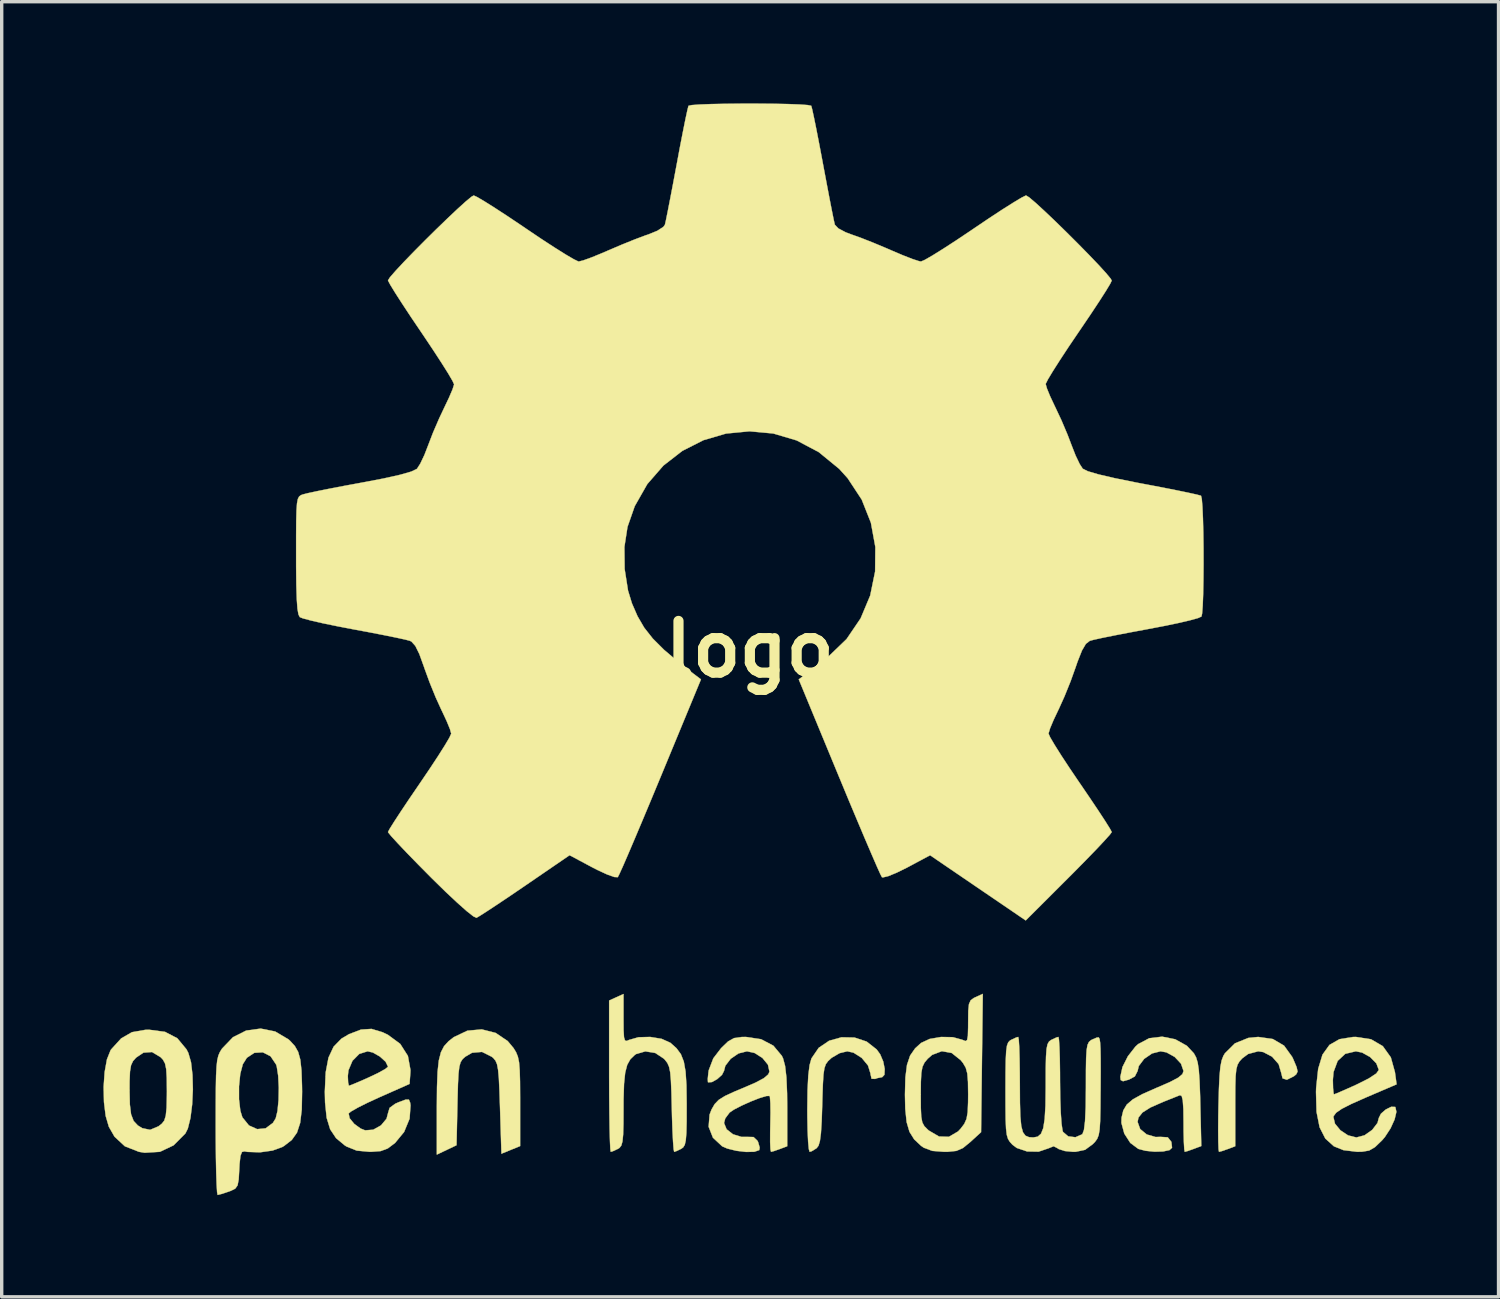
<source format=kicad_pcb>
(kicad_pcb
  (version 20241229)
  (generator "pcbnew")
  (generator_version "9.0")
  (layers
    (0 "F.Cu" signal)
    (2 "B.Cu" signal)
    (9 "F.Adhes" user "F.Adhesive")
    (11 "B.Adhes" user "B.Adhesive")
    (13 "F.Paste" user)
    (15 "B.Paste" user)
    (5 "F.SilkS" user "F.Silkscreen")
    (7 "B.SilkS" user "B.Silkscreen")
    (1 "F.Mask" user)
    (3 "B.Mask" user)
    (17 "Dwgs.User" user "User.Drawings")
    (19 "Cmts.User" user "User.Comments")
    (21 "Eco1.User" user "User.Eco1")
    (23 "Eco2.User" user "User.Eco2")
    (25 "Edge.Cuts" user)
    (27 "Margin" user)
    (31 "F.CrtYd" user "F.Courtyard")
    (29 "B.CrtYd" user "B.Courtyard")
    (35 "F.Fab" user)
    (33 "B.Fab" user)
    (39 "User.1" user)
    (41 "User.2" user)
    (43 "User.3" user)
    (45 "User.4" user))
  (footprint "logo"
    (layer "F.Cu")
    (at 19.057 16.09)
    (property "Reference" "logo" (at 0 0 0) (layer "F.SilkS") (effects (font (size 1.524 1.524) (thickness 0.3))))
    (attr through_hole)
    (fp_poly (pts (xy 15.418 11.492) (xy 15.748 11.686) (xy 15.989 12.02) (xy 16.02 12.086) (xy 16.118 12.319) (xy 16.147 12.45) (xy 16.108 12.531) (xy 16.039 12.588) (xy 15.832 12.692) (xy 15.704 12.651) (xy 15.663 12.484) (xy 15.588 12.231) (xy 15.395 12.012) (xy 15.136 11.876) (xy 14.986 11.853) (xy 14.689 11.932) (xy 14.516 12.061) (xy 14.434 12.151) (xy 14.377 12.248) (xy 14.341 12.382) (xy 14.32 12.586) (xy 14.311 12.889) (xy 14.309 13.323) (xy 14.309 13.46) (xy 14.309 14.652) (xy 14.091 14.734) (xy 13.917 14.795) (xy 13.83 14.817) (xy 13.817 14.737) (xy 13.809 14.516) (xy 13.806 14.183) (xy 13.809 13.767) (xy 13.814 13.483) (xy 13.828 12.961) (xy 13.846 12.58) (xy 13.871 12.31) (xy 13.908 12.122) (xy 13.959 11.988) (xy 14.004 11.913) (xy 14.3 11.619) (xy 14.694 11.459) (xy 14.986 11.43) (xy 15.418 11.492)) (stroke (width 0.01) (type solid)) (fill yes) (layer "F.SilkS"))
    (fp_poly (pts (xy -7.495 11.311) (xy -7.139 11.552) (xy -6.966 11.76) (xy -6.892 11.882) (xy -6.84 12.01) (xy -6.805 12.176) (xy -6.786 12.41) (xy -6.776 12.744) (xy -6.773 13.209) (xy -6.773 13.347) (xy -6.773 14.647) (xy -7.048 14.759) (xy -7.324 14.872) (xy -7.366 13.524) (xy -7.383 13.017) (xy -7.4 12.652) (xy -7.423 12.4) (xy -7.454 12.235) (xy -7.499 12.13) (xy -7.561 12.055) (xy -7.608 12.015) (xy -7.897 11.871) (xy -8.191 11.896) (xy -8.394 12.015) (xy -8.472 12.087) (xy -8.528 12.174) (xy -8.565 12.306) (xy -8.59 12.512) (xy -8.606 12.821) (xy -8.618 13.263) (xy -8.621 13.399) (xy -8.648 14.622) (xy -9.229 14.899) (xy -9.229 13.499) (xy -9.224 12.908) (xy -9.207 12.459) (xy -9.171 12.127) (xy -9.109 11.883) (xy -9.015 11.701) (xy -8.881 11.555) (xy -8.729 11.436) (xy -8.329 11.246) (xy -7.905 11.207) (xy -7.495 11.311)) (stroke (width 0.01) (type solid)) (fill yes) (layer "F.SilkS"))
    (fp_poly (pts (xy 3.084 11.448) (xy 3.443 11.567) (xy 3.739 11.8) (xy 3.841 11.941) (xy 3.931 12.153) (xy 3.975 12.373) (xy 3.967 12.545) (xy 3.902 12.615) (xy 3.902 12.615) (xy 3.76 12.643) (xy 3.69 12.667) (xy 3.588 12.663) (xy 3.556 12.524) (xy 3.556 12.509) (xy 3.482 12.271) (xy 3.298 12.048) (xy 3.056 11.894) (xy 2.872 11.853) (xy 2.645 11.908) (xy 2.415 12.042) (xy 2.399 12.055) (xy 2.306 12.141) (xy 2.24 12.23) (xy 2.197 12.353) (xy 2.169 12.542) (xy 2.152 12.827) (xy 2.138 13.238) (xy 2.133 13.431) (xy 2.117 13.92) (xy 2.095 14.267) (xy 2.065 14.496) (xy 2.024 14.635) (xy 1.967 14.71) (xy 1.966 14.711) (xy 1.823 14.799) (xy 1.762 14.817) (xy 1.738 14.737) (xy 1.717 14.518) (xy 1.702 14.189) (xy 1.694 13.779) (xy 1.693 13.586) (xy 1.7 13.004) (xy 1.722 12.569) (xy 1.76 12.262) (xy 1.815 12.064) (xy 2.029 11.751) (xy 2.337 11.542) (xy 2.703 11.44) (xy 3.084 11.448)) (stroke (width 0.01) (type solid)) (fill yes) (layer "F.SilkS"))
    (fp_poly (pts (xy -17.242 11.28) (xy -16.88 11.469) (xy -16.611 11.793) (xy -16.555 11.901) (xy -16.476 12.173) (xy -16.432 12.549) (xy -16.421 12.98) (xy -16.442 13.419) (xy -16.492 13.819) (xy -16.57 14.132) (xy -16.642 14.276) (xy -16.991 14.626) (xy -17.392 14.816) (xy -17.842 14.844) (xy -18.011 14.816) (xy -18.425 14.654) (xy -18.731 14.37) (xy -18.898 14.078) (xy -18.992 13.757) (xy -19.042 13.348) (xy -19.05 12.995) (xy -18.288 12.995) (xy -18.279 13.419) (xy -18.243 13.711) (xy -18.168 13.906) (xy -18.043 14.04) (xy -17.912 14.12) (xy -17.681 14.168) (xy -17.434 14.064) (xy -17.335 13.986) (xy -17.265 13.897) (xy -17.22 13.753) (xy -17.196 13.519) (xy -17.188 13.162) (xy -17.187 13.029) (xy -17.191 12.639) (xy -17.207 12.379) (xy -17.242 12.212) (xy -17.303 12.1) (xy -17.373 12.026) (xy -17.625 11.875) (xy -17.878 11.893) (xy -18.092 12.037) (xy -18.186 12.142) (xy -18.244 12.266) (xy -18.275 12.451) (xy -18.287 12.739) (xy -18.288 12.995) (xy -19.05 12.995) (xy -19.052 12.901) (xy -19.022 12.465) (xy -18.954 12.09) (xy -18.848 11.824) (xy -18.83 11.797) (xy -18.535 11.473) (xy -18.217 11.29) (xy -17.825 11.221) (xy -17.71 11.218) (xy -17.242 11.28)) (stroke (width 0.01) (type solid)) (fill yes) (layer "F.SilkS"))
    (fp_poly (pts (xy -3.725 10.884) (xy -3.723 11.232) (xy -3.711 11.439) (xy -3.682 11.534) (xy -3.629 11.548) (xy -3.562 11.518) (xy -3.285 11.439) (xy -2.94 11.43) (xy -2.601 11.486) (xy -2.344 11.602) (xy -2.338 11.607) (xy -2.162 11.765) (xy -2.034 11.938) (xy -1.948 12.156) (xy -1.896 12.45) (xy -1.87 12.849) (xy -1.863 13.384) (xy -1.863 13.455) (xy -1.864 13.928) (xy -1.872 14.26) (xy -1.89 14.479) (xy -1.92 14.612) (xy -1.967 14.687) (xy -2.026 14.729) (xy -2.174 14.799) (xy -2.232 14.817) (xy -2.248 14.737) (xy -2.265 14.517) (xy -2.282 14.187) (xy -2.296 13.775) (xy -2.301 13.553) (xy -2.313 13.063) (xy -2.328 12.712) (xy -2.349 12.471) (xy -2.383 12.309) (xy -2.433 12.196) (xy -2.505 12.103) (xy -2.534 12.072) (xy -2.787 11.904) (xy -3.081 11.855) (xy -3.352 11.933) (xy -3.394 11.962) (xy -3.524 12.088) (xy -3.616 12.252) (xy -3.676 12.483) (xy -3.71 12.811) (xy -3.724 13.265) (xy -3.725 13.538) (xy -3.727 13.993) (xy -3.736 14.307) (xy -3.756 14.51) (xy -3.79 14.631) (xy -3.843 14.7) (xy -3.889 14.729) (xy -4.04 14.799) (xy -4.101 14.817) (xy -4.114 14.736) (xy -4.125 14.507) (xy -4.135 14.154) (xy -4.142 13.698) (xy -4.147 13.16) (xy -4.149 12.587) (xy -4.149 10.357) (xy -3.937 10.26) (xy -3.725 10.164) (xy -3.725 10.884)) (stroke (width 0.01) (type solid)) (fill yes) (layer "F.SilkS"))
    (fp_poly (pts (xy 6.841 12.199) (xy 6.816 14.237) (xy 6.499 14.527) (xy 6.284 14.703) (xy 6.089 14.789) (xy 5.833 14.816) (xy 5.728 14.817) (xy 5.377 14.789) (xy 5.127 14.695) (xy 5.047 14.64) (xy 4.843 14.448) (xy 4.705 14.226) (xy 4.621 13.939) (xy 4.581 13.551) (xy 4.572 13.137) (xy 5.038 13.137) (xy 5.04 13.525) (xy 5.052 13.782) (xy 5.083 13.947) (xy 5.142 14.059) (xy 5.238 14.156) (xy 5.275 14.189) (xy 5.576 14.365) (xy 5.867 14.374) (xy 6.137 14.216) (xy 6.215 14.133) (xy 6.322 13.991) (xy 6.387 13.845) (xy 6.421 13.649) (xy 6.433 13.356) (xy 6.435 13.123) (xy 6.43 12.754) (xy 6.41 12.507) (xy 6.364 12.337) (xy 6.283 12.199) (xy 6.215 12.114) (xy 5.949 11.902) (xy 5.659 11.85) (xy 5.374 11.958) (xy 5.243 12.072) (xy 5.148 12.186) (xy 5.088 12.311) (xy 5.055 12.488) (xy 5.041 12.755) (xy 5.038 13.137) (xy 4.572 13.137) (xy 4.572 13.123) (xy 4.585 12.622) (xy 4.632 12.253) (xy 4.724 11.98) (xy 4.872 11.766) (xy 5.047 11.607) (xy 5.3 11.489) (xy 5.637 11.431) (xy 5.983 11.437) (xy 6.263 11.514) (xy 6.271 11.518) (xy 6.355 11.552) (xy 6.404 11.521) (xy 6.427 11.397) (xy 6.434 11.148) (xy 6.435 10.981) (xy 6.439 10.657) (xy 6.459 10.461) (xy 6.509 10.35) (xy 6.601 10.282) (xy 6.651 10.258) (xy 6.867 10.16) (xy 6.841 12.199)) (stroke (width 0.01) (type solid)) (fill yes) (layer "F.SilkS"))
    (fp_poly (pts (xy 18.313 11.499) (xy 18.659 11.701) (xy 18.896 12.032) (xy 19.017 12.467) (xy 19.066 12.827) (xy 18.148 13.22) (xy 17.729 13.406) (xy 17.448 13.55) (xy 17.283 13.664) (xy 17.21 13.763) (xy 17.203 13.791) (xy 17.249 13.987) (xy 17.409 14.182) (xy 17.635 14.332) (xy 17.877 14.393) (xy 17.881 14.393) (xy 18.12 14.33) (xy 18.346 14.171) (xy 18.503 13.966) (xy 18.542 13.818) (xy 18.604 13.694) (xy 18.746 13.57) (xy 18.907 13.49) (xy 19.024 13.493) (xy 19.029 13.497) (xy 19.06 13.637) (xy 19.007 13.862) (xy 18.887 14.126) (xy 18.72 14.381) (xy 18.636 14.479) (xy 18.429 14.678) (xy 18.256 14.779) (xy 18.045 14.814) (xy 17.899 14.816) (xy 17.499 14.767) (xy 17.218 14.654) (xy 16.965 14.426) (xy 16.796 14.093) (xy 16.706 13.64) (xy 16.69 13.05) (xy 16.694 12.936) (xy 16.719 12.696) (xy 17.187 12.696) (xy 17.193 12.939) (xy 17.208 13.094) (xy 17.219 13.123) (xy 17.305 13.091) (xy 17.507 13.004) (xy 17.788 12.879) (xy 17.896 12.829) (xy 18.245 12.654) (xy 18.466 12.508) (xy 18.542 12.402) (xy 18.469 12.209) (xy 18.286 12.023) (xy 18.05 11.891) (xy 17.865 11.853) (xy 17.553 11.927) (xy 17.329 12.135) (xy 17.207 12.463) (xy 17.187 12.696) (xy 16.719 12.696) (xy 16.754 12.371) (xy 16.881 11.952) (xy 17.087 11.665) (xy 17.382 11.496) (xy 17.777 11.432) (xy 17.865 11.43) (xy 18.313 11.499)) (stroke (width 0.01) (type solid)) (fill yes) (layer "F.SilkS"))
    (fp_poly (pts (xy -10.825 11.293) (xy -10.671 11.367) (xy -10.308 11.635) (xy -10.082 11.989) (xy -10.006 12.405) (xy -10.009 12.482) (xy -10.033 12.815) (xy -10.916 13.206) (xy -11.27 13.369) (xy -11.562 13.515) (xy -11.759 13.628) (xy -11.829 13.686) (xy -11.799 13.828) (xy -11.664 13.993) (xy -11.474 14.131) (xy -11.342 14.183) (xy -11.104 14.165) (xy -10.874 14.036) (xy -10.711 13.84) (xy -10.668 13.677) (xy -10.621 13.52) (xy -10.455 13.399) (xy -10.351 13.353) (xy -10.147 13.277) (xy -10.052 13.278) (xy -10.015 13.369) (xy -10.004 13.448) (xy -10.032 13.84) (xy -10.193 14.23) (xy -10.46 14.555) (xy -10.675 14.717) (xy -10.884 14.795) (xy -11.17 14.817) (xy -11.209 14.817) (xy -11.59 14.781) (xy -11.891 14.66) (xy -11.947 14.624) (xy -12.2 14.413) (xy -12.373 14.153) (xy -12.477 13.814) (xy -12.524 13.361) (xy -12.531 13.044) (xy -12.51 12.584) (xy -11.853 12.584) (xy -11.844 12.776) (xy -11.822 12.868) (xy -11.819 12.869) (xy -11.73 12.837) (xy -11.529 12.753) (xy -11.257 12.633) (xy -11.226 12.619) (xy -10.954 12.489) (xy -10.755 12.379) (xy -10.669 12.311) (xy -10.668 12.307) (xy -10.738 12.162) (xy -10.907 12.008) (xy -11.113 11.89) (xy -11.269 11.853) (xy -11.515 11.93) (xy -11.716 12.133) (xy -11.835 12.415) (xy -11.853 12.584) (xy -12.51 12.584) (xy -12.505 12.473) (xy -12.423 12.04) (xy -12.272 11.717) (xy -12.042 11.481) (xy -11.822 11.35) (xy -11.464 11.213) (xy -11.155 11.193) (xy -10.825 11.293)) (stroke (width 0.01) (type solid)) (fill yes) (layer "F.SilkS"))
    (fp_poly (pts (xy -13.996 11.269) (xy -13.605 11.5) (xy -13.559 11.541) (xy -13.416 11.696) (xy -13.317 11.871) (xy -13.254 12.1) (xy -13.219 12.418) (xy -13.204 12.859) (xy -13.201 13.045) (xy -13.211 13.572) (xy -13.258 13.964) (xy -13.352 14.252) (xy -13.505 14.467) (xy -13.729 14.641) (xy -13.781 14.673) (xy -14.071 14.779) (xy -14.441 14.831) (xy -14.808 14.819) (xy -14.901 14.803) (xy -14.973 14.821) (xy -15.018 14.935) (xy -15.045 15.176) (xy -15.053 15.33) (xy -15.07 15.63) (xy -15.103 15.805) (xy -15.172 15.902) (xy -15.298 15.965) (xy -15.355 15.986) (xy -15.557 16.054) (xy -15.684 16.086) (xy -15.691 16.087) (xy -15.707 16.006) (xy -15.721 15.779) (xy -15.733 15.429) (xy -15.742 14.98) (xy -15.747 14.454) (xy -15.748 14.067) (xy -15.747 13.43) (xy -15.744 12.939) (xy -15.743 12.885) (xy -15.061 12.885) (xy -15.061 13.269) (xy -15.022 13.604) (xy -14.962 13.799) (xy -14.768 14.039) (xy -14.526 14.148) (xy -14.276 14.124) (xy -14.062 13.965) (xy -13.979 13.83) (xy -13.926 13.613) (xy -13.895 13.291) (xy -13.888 12.924) (xy -13.906 12.574) (xy -13.948 12.303) (xy -13.966 12.245) (xy -14.131 11.999) (xy -14.36 11.883) (xy -14.608 11.898) (xy -14.829 12.044) (xy -14.949 12.235) (xy -15.024 12.519) (xy -15.061 12.885) (xy -15.743 12.885) (xy -15.737 12.571) (xy -15.723 12.304) (xy -15.702 12.115) (xy -15.67 11.981) (xy -15.626 11.878) (xy -15.569 11.785) (xy -15.557 11.769) (xy -15.239 11.438) (xy -14.849 11.242) (xy -14.422 11.184) (xy -13.996 11.269)) (stroke (width 0.01) (type solid)) (fill yes) (layer "F.SilkS"))
    (fp_poly (pts (xy 12.54 11.499) (xy 12.882 11.69) (xy 13.09 11.913) (xy 13.155 12.032) (xy 13.202 12.187) (xy 13.235 12.409) (xy 13.257 12.727) (xy 13.274 13.173) (xy 13.279 13.398) (xy 13.308 14.646) (xy 13.083 14.731) (xy 12.908 14.793) (xy 12.821 14.817) (xy 12.806 14.738) (xy 12.794 14.526) (xy 12.786 14.215) (xy 12.785 13.961) (xy 12.78 13.557) (xy 12.762 13.3) (xy 12.73 13.171) (xy 12.68 13.147) (xy 12.679 13.147) (xy 12.541 13.202) (xy 12.313 13.293) (xy 12.192 13.341) (xy 11.812 13.508) (xy 11.575 13.657) (xy 11.456 13.806) (xy 11.43 13.935) (xy 11.506 14.145) (xy 11.7 14.305) (xy 11.961 14.38) (xy 12.104 14.376) (xy 12.32 14.389) (xy 12.426 14.522) (xy 12.446 14.697) (xy 12.371 14.766) (xy 12.181 14.806) (xy 11.928 14.813) (xy 11.663 14.786) (xy 11.452 14.73) (xy 11.216 14.555) (xy 11.038 14.278) (xy 10.953 13.964) (xy 10.957 13.811) (xy 11.009 13.596) (xy 11.111 13.424) (xy 11.291 13.27) (xy 11.575 13.113) (xy 11.991 12.929) (xy 12.026 12.915) (xy 12.396 12.753) (xy 12.63 12.629) (xy 12.751 12.527) (xy 12.785 12.435) (xy 12.71 12.218) (xy 12.524 12.019) (xy 12.279 11.884) (xy 12.107 11.853) (xy 11.855 11.917) (xy 11.623 12.077) (xy 11.466 12.286) (xy 11.43 12.434) (xy 11.349 12.594) (xy 11.176 12.687) (xy 11.001 12.736) (xy 10.932 12.701) (xy 10.922 12.603) (xy 10.984 12.318) (xy 11.144 12) (xy 11.366 11.715) (xy 11.447 11.641) (xy 11.775 11.467) (xy 12.155 11.422) (xy 12.54 11.499)) (stroke (width 0.01) (type solid)) (fill yes) (layer "F.SilkS"))
    (fp_poly (pts (xy 0.33 11.497) (xy 0.692 11.687) (xy 0.941 11.985) (xy 0.979 12.064) (xy 1.038 12.284) (xy 1.077 12.621) (xy 1.097 13.094) (xy 1.101 13.504) (xy 1.101 14.652) (xy 0.883 14.734) (xy 0.709 14.795) (xy 0.623 14.817) (xy 0.606 14.738) (xy 0.597 14.527) (xy 0.598 14.221) (xy 0.602 14.015) (xy 0.608 13.663) (xy 0.604 13.38) (xy 0.591 13.205) (xy 0.581 13.168) (xy 0.482 13.172) (xy 0.28 13.234) (xy 0.022 13.335) (xy -0.244 13.455) (xy -0.472 13.573) (xy -0.598 13.659) (xy -0.726 13.831) (xy -0.762 13.967) (xy -0.686 14.152) (xy -0.497 14.3) (xy -0.247 14.377) (xy -0.091 14.376) (xy 0.109 14.381) (xy 0.224 14.491) (xy 0.242 14.527) (xy 0.289 14.69) (xy 0.277 14.766) (xy 0.132 14.815) (xy -0.113 14.82) (xy -0.399 14.786) (xy -0.666 14.72) (xy -0.817 14.654) (xy -1.089 14.4) (xy -1.216 14.078) (xy -1.188 13.72) (xy -1.129 13.567) (xy -1.038 13.41) (xy -0.919 13.286) (xy -0.735 13.171) (xy -0.45 13.039) (xy -0.212 12.94) (xy 0.17 12.775) (xy 0.413 12.645) (xy 0.541 12.535) (xy 0.577 12.455) (xy 0.533 12.249) (xy 0.371 12.05) (xy 0.142 11.904) (xy -0.085 11.853) (xy -0.335 11.916) (xy -0.566 12.074) (xy -0.724 12.28) (xy -0.762 12.429) (xy -0.822 12.547) (xy -0.961 12.672) (xy -1.117 12.76) (xy -1.23 12.768) (xy -1.236 12.762) (xy -1.242 12.669) (xy -1.222 12.472) (xy -1.212 12.411) (xy -1.078 12.06) (xy -0.847 11.759) (xy -0.642 11.562) (xy -0.466 11.464) (xy -0.246 11.432) (xy -0.119 11.43) (xy 0.33 11.497)) (stroke (width 0.01) (type solid)) (fill yes) (layer "F.SilkS"))
    (fp_poly (pts (xy 9.112 11.51) (xy 9.126 11.73) (xy 9.137 12.063) (xy 9.143 12.478) (xy 9.144 12.748) (xy 9.15 13.234) (xy 9.165 13.657) (xy 9.188 13.986) (xy 9.218 14.189) (xy 9.232 14.23) (xy 9.384 14.36) (xy 9.598 14.387) (xy 9.793 14.302) (xy 9.804 14.292) (xy 9.849 14.172) (xy 9.881 13.911) (xy 9.9 13.499) (xy 9.906 12.928) (xy 9.906 12.898) (xy 9.907 12.403) (xy 9.913 12.05) (xy 9.928 11.813) (xy 9.954 11.665) (xy 9.995 11.579) (xy 10.054 11.527) (xy 10.083 11.511) (xy 10.229 11.448) (xy 10.286 11.444) (xy 10.31 11.492) (xy 10.326 11.594) (xy 10.337 11.774) (xy 10.342 12.053) (xy 10.343 12.454) (xy 10.34 13) (xy 10.339 13.048) (xy 10.335 13.548) (xy 10.327 13.908) (xy 10.311 14.157) (xy 10.283 14.323) (xy 10.239 14.435) (xy 10.174 14.524) (xy 10.106 14.593) (xy 9.883 14.757) (xy 9.61 14.815) (xy 9.53 14.817) (xy 9.284 14.793) (xy 9.103 14.734) (xy 9.074 14.713) (xy 8.956 14.652) (xy 8.804 14.713) (xy 8.511 14.812) (xy 8.174 14.806) (xy 7.869 14.703) (xy 7.743 14.609) (xy 7.666 14.526) (xy 7.611 14.438) (xy 7.574 14.316) (xy 7.552 14.133) (xy 7.54 13.861) (xy 7.536 13.472) (xy 7.535 13.003) (xy 7.537 12.484) (xy 7.543 12.109) (xy 7.556 11.852) (xy 7.579 11.688) (xy 7.615 11.592) (xy 7.667 11.537) (xy 7.699 11.518) (xy 7.85 11.447) (xy 7.911 11.43) (xy 7.927 11.51) (xy 7.941 11.731) (xy 7.951 12.066) (xy 7.957 12.485) (xy 7.959 12.81) (xy 7.962 13.366) (xy 7.974 13.774) (xy 8.001 14.058) (xy 8.05 14.239) (xy 8.124 14.341) (xy 8.23 14.385) (xy 8.354 14.393) (xy 8.485 14.37) (xy 8.582 14.285) (xy 8.649 14.119) (xy 8.691 13.849) (xy 8.714 13.455) (xy 8.721 12.915) (xy 8.721 12.836) (xy 8.722 12.352) (xy 8.73 12.011) (xy 8.746 11.785) (xy 8.775 11.645) (xy 8.819 11.566) (xy 8.883 11.518) (xy 8.884 11.518) (xy 9.035 11.447) (xy 9.096 11.43) (xy 9.112 11.51)) (stroke (width 0.01) (type solid)) (fill yes) (layer "F.SilkS"))
    (fp_poly (pts (xy 0.691 -16.081) (xy 1.114 -16.073) (xy 1.461 -16.06) (xy 1.703 -16.043) (xy 1.807 -16.022) (xy 1.809 -16.021) (xy 1.836 -15.921) (xy 1.888 -15.681) (xy 1.96 -15.327) (xy 2.046 -14.885) (xy 2.141 -14.383) (xy 2.155 -14.306) (xy 2.252 -13.791) (xy 2.34 -13.327) (xy 2.415 -12.942) (xy 2.471 -12.664) (xy 2.503 -12.522) (xy 2.505 -12.515) (xy 2.607 -12.407) (xy 2.826 -12.291) (xy 2.988 -12.23) (xy 3.271 -12.129) (xy 3.641 -11.983) (xy 4.035 -11.818) (xy 4.17 -11.759) (xy 4.506 -11.616) (xy 4.793 -11.504) (xy 4.99 -11.44) (xy 5.045 -11.43) (xy 5.152 -11.476) (xy 5.376 -11.604) (xy 5.692 -11.801) (xy 6.078 -12.051) (xy 6.51 -12.34) (xy 6.604 -12.404) (xy 7.041 -12.699) (xy 7.435 -12.958) (xy 7.764 -13.166) (xy 8.004 -13.31) (xy 8.133 -13.375) (xy 8.143 -13.377) (xy 8.236 -13.32) (xy 8.423 -13.161) (xy 8.681 -12.924) (xy 8.99 -12.631) (xy 9.325 -12.304) (xy 9.666 -11.964) (xy 9.989 -11.635) (xy 10.273 -11.338) (xy 10.495 -11.095) (xy 10.633 -10.929) (xy 10.668 -10.868) (xy 10.622 -10.772) (xy 10.494 -10.56) (xy 10.298 -10.254) (xy 10.048 -9.876) (xy 9.759 -9.449) (xy 9.694 -9.354) (xy 9.399 -8.918) (xy 9.14 -8.524) (xy 8.931 -8.196) (xy 8.787 -7.956) (xy 8.723 -7.828) (xy 8.721 -7.817) (xy 8.757 -7.689) (xy 8.852 -7.457) (xy 8.987 -7.17) (xy 9.006 -7.131) (xy 9.186 -6.748) (xy 9.365 -6.325) (xy 9.485 -6.011) (xy 9.603 -5.71) (xy 9.723 -5.46) (xy 9.813 -5.322) (xy 9.96 -5.248) (xy 10.272 -5.156) (xy 10.747 -5.045) (xy 11.384 -4.916) (xy 11.585 -4.878) (xy 12.093 -4.782) (xy 12.545 -4.693) (xy 12.914 -4.617) (xy 13.173 -4.56) (xy 13.295 -4.527) (xy 13.3 -4.525) (xy 13.323 -4.43) (xy 13.342 -4.196) (xy 13.357 -3.855) (xy 13.368 -3.438) (xy 13.374 -2.974) (xy 13.375 -2.496) (xy 13.371 -2.033) (xy 13.363 -1.617) (xy 13.35 -1.279) (xy 13.332 -1.05) (xy 13.313 -0.964) (xy 13.213 -0.919) (xy 12.974 -0.853) (xy 12.623 -0.771) (xy 12.188 -0.681) (xy 11.726 -0.593) (xy 11.227 -0.5) (xy 10.776 -0.413) (xy 10.403 -0.338) (xy 10.14 -0.28) (xy 10.021 -0.248) (xy 9.906 -0.159) (xy 9.791 0.036) (xy 9.661 0.363) (xy 9.606 0.524) (xy 9.456 0.942) (xy 9.277 1.386) (xy 9.105 1.767) (xy 9.09 1.797) (xy 8.952 2.089) (xy 8.85 2.332) (xy 8.806 2.479) (xy 8.805 2.488) (xy 8.851 2.593) (xy 8.98 2.813) (xy 9.176 3.125) (xy 9.425 3.504) (xy 9.711 3.927) (xy 9.737 3.964) (xy 10.025 4.387) (xy 10.277 4.763) (xy 10.478 5.07) (xy 10.613 5.286) (xy 10.668 5.388) (xy 10.668 5.391) (xy 10.611 5.469) (xy 10.45 5.648) (xy 10.205 5.909) (xy 9.891 6.233) (xy 9.527 6.602) (xy 9.4 6.729) (xy 8.132 7.995) (xy 6.723 7.035) (xy 5.314 6.074) (xy 4.639 6.434) (xy 4.329 6.587) (xy 4.078 6.69) (xy 3.922 6.727) (xy 3.893 6.72) (xy 3.845 6.627) (xy 3.741 6.396) (xy 3.588 6.043) (xy 3.393 5.588) (xy 3.165 5.048) (xy 2.91 4.441) (xy 2.638 3.784) (xy 2.631 3.768) (xy 1.441 0.889) (xy 1.665 0.72) (xy 1.857 0.573) (xy 2.115 0.374) (xy 2.3 0.23) (xy 2.85 -0.299) (xy 3.265 -0.91) (xy 3.547 -1.582) (xy 3.692 -2.291) (xy 3.699 -3.014) (xy 3.568 -3.729) (xy 3.297 -4.412) (xy 2.884 -5.04) (xy 2.634 -5.317) (xy 2.031 -5.811) (xy 1.377 -6.157) (xy 0.69 -6.36) (xy -0.01 -6.425) (xy -0.703 -6.358) (xy -1.37 -6.163) (xy -1.992 -5.847) (xy -2.55 -5.414) (xy -3.024 -4.869) (xy -3.394 -4.219) (xy -3.608 -3.607) (xy -3.699 -3.016) (xy -3.692 -2.364) (xy -3.592 -1.728) (xy -3.478 -1.355) (xy -3.312 -0.973) (xy -3.115 -0.635) (xy -2.863 -0.315) (xy -2.533 0.015) (xy -2.1 0.382) (xy -1.665 0.72) (xy -1.442 0.889) (xy -2.633 3.768) (xy -2.906 4.425) (xy -3.161 5.034) (xy -3.39 5.576) (xy -3.585 6.034) (xy -3.739 6.389) (xy -3.845 6.623) (xy -3.894 6.719) (xy -3.894 6.72) (xy -3.996 6.715) (xy -4.208 6.64) (xy -4.494 6.508) (xy -4.64 6.433) (xy -5.316 6.073) (xy -6.633 6.975) (xy -7.053 7.261) (xy -7.43 7.514) (xy -7.74 7.718) (xy -7.958 7.858) (xy -8.06 7.918) (xy -8.06 7.918) (xy -8.153 7.874) (xy -8.346 7.722) (xy -8.622 7.477) (xy -8.966 7.155) (xy -9.359 6.77) (xy -9.419 6.71) (xy -9.792 6.333) (xy -10.121 5.995) (xy -10.387 5.714) (xy -10.574 5.51) (xy -10.663 5.4) (xy -10.668 5.389) (xy -10.622 5.3) (xy -10.494 5.095) (xy -10.299 4.796) (xy -10.052 4.426) (xy -9.766 4.007) (xy -9.737 3.964) (xy -9.448 3.538) (xy -9.195 3.154) (xy -8.994 2.836) (xy -8.859 2.608) (xy -8.806 2.492) (xy -8.805 2.488) (xy -8.841 2.357) (xy -8.937 2.123) (xy -9.071 1.835) (xy -9.09 1.797) (xy -9.259 1.427) (xy -9.439 0.985) (xy -9.594 0.561) (xy -9.606 0.524) (xy -9.744 0.142) (xy -9.863 -0.099) (xy -9.976 -0.225) (xy -10.021 -0.248) (xy -10.161 -0.285) (xy -10.437 -0.345) (xy -10.818 -0.422) (xy -11.272 -0.51) (xy -11.682 -0.586) (xy -12.167 -0.679) (xy -12.598 -0.768) (xy -12.946 -0.848) (xy -13.18 -0.911) (xy -13.269 -0.947) (xy -13.308 -1.025) (xy -13.338 -1.196) (xy -13.358 -1.478) (xy -13.371 -1.886) (xy -13.377 -2.439) (xy -13.377 -2.764) (xy -13.377 -3.346) (xy -13.374 -3.781) (xy -13.366 -4.091) (xy -13.351 -4.3) (xy -13.326 -4.429) (xy -13.289 -4.502) (xy -13.237 -4.541) (xy -13.187 -4.561) (xy -13.044 -4.598) (xy -12.766 -4.658) (xy -12.382 -4.735) (xy -11.923 -4.823) (xy -11.472 -4.906) (xy -10.809 -5.032) (xy -10.312 -5.143) (xy -9.983 -5.237) (xy -9.82 -5.315) (xy -9.813 -5.321) (xy -9.717 -5.471) (xy -9.596 -5.725) (xy -9.485 -6.011) (xy -9.34 -6.388) (xy -9.157 -6.811) (xy -9.006 -7.131) (xy -8.868 -7.421) (xy -8.766 -7.661) (xy -8.721 -7.803) (xy -8.721 -7.812) (xy -8.767 -7.913) (xy -8.894 -8.131) (xy -9.09 -8.442) (xy -9.339 -8.824) (xy -9.627 -9.255) (xy -9.694 -9.354) (xy -9.989 -9.79) (xy -10.247 -10.182) (xy -10.456 -10.507) (xy -10.6 -10.742) (xy -10.666 -10.865) (xy -10.668 -10.875) (xy -10.61 -10.966) (xy -10.45 -11.15) (xy -10.212 -11.406) (xy -9.917 -11.711) (xy -9.587 -12.044) (xy -9.245 -12.382) (xy -8.914 -12.702) (xy -8.615 -12.984) (xy -8.371 -13.205) (xy -8.204 -13.342) (xy -8.141 -13.377) (xy -8.04 -13.331) (xy -7.823 -13.203) (xy -7.512 -13.007) (xy -7.13 -12.758) (xy -6.701 -12.47) (xy -6.604 -12.404) (xy -6.165 -12.108) (xy -5.768 -11.849) (xy -5.435 -11.64) (xy -5.191 -11.497) (xy -5.056 -11.432) (xy -5.045 -11.43) (xy -4.912 -11.463) (xy -4.668 -11.551) (xy -4.353 -11.68) (xy -4.17 -11.759) (xy -3.784 -11.924) (xy -3.398 -12.08) (xy -3.076 -12.201) (xy -2.988 -12.23) (xy -2.725 -12.338) (xy -2.548 -12.454) (xy -2.505 -12.515) (xy -2.476 -12.64) (xy -2.423 -12.903) (xy -2.35 -13.276) (xy -2.263 -13.732) (xy -2.167 -14.243) (xy -2.155 -14.306) (xy -2.06 -14.815) (xy -1.972 -15.267) (xy -1.898 -15.635) (xy -1.842 -15.894) (xy -1.811 -16.016) (xy -1.809 -16.021) (xy -1.715 -16.042) (xy -1.482 -16.059) (xy -1.141 -16.072) (xy -0.723 -16.08) (xy -0.258 -16.085) (xy 0.224 -16.085) (xy 0.691 -16.081)) (stroke (width 0.01) (type solid)) (fill yes) (layer "F.SilkS")))
  (gr_rect
    (start -3 -3)
    (end 41.128 35.182)
    (stroke (width 0.1) (type default))
    (fill no)
    (layer "Edge.Cuts")))
</source>
